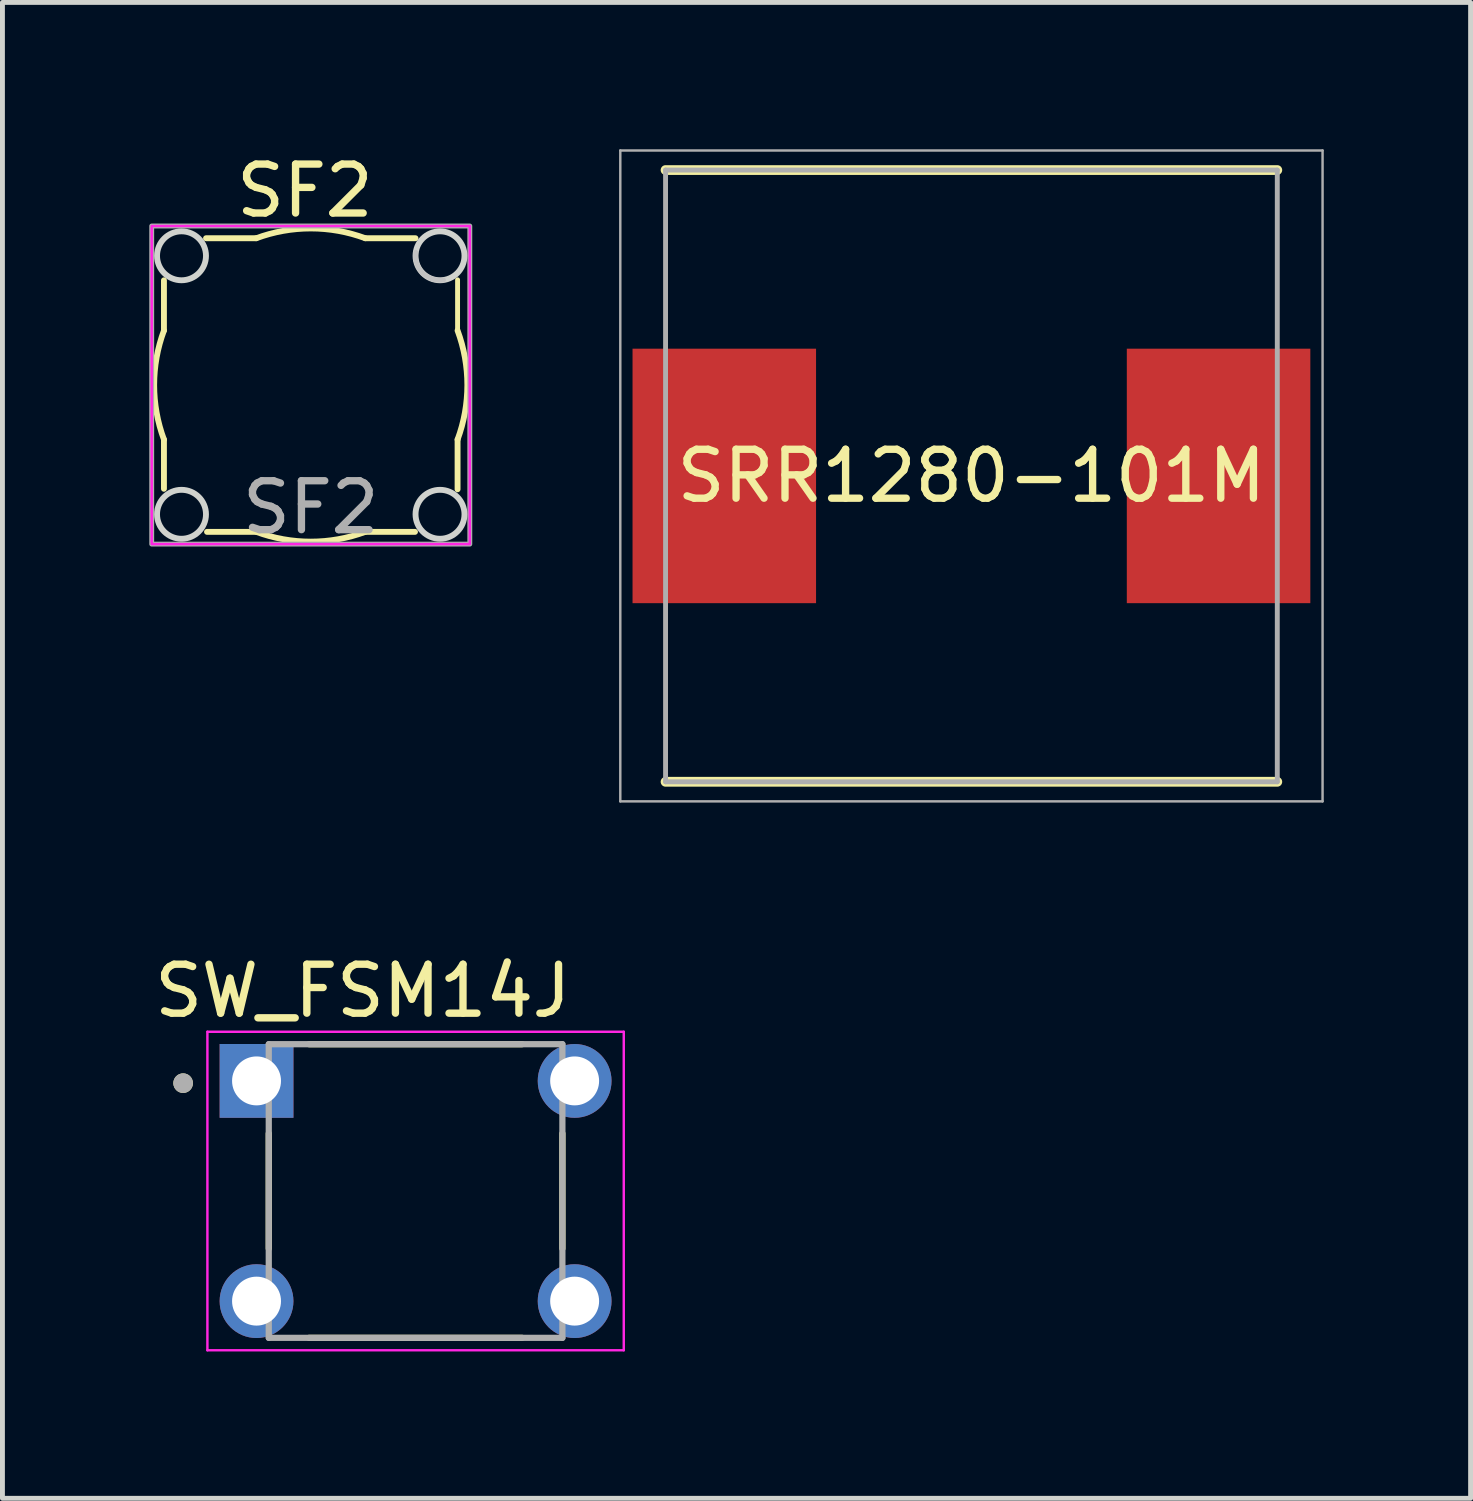
<source format=kicad_pcb>
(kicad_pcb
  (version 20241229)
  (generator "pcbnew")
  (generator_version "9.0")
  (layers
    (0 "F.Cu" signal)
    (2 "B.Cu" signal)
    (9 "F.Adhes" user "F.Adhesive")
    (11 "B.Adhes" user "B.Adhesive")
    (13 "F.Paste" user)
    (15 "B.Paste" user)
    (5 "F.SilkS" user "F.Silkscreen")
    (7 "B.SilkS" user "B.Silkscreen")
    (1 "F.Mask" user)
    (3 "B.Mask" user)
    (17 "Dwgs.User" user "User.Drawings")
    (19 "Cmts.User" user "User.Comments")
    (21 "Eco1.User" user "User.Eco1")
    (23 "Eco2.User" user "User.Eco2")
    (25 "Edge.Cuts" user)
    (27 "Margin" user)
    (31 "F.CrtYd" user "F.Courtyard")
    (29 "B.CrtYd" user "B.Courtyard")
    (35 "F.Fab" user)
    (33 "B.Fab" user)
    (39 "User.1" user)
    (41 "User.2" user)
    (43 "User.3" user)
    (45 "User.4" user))
  (footprint "SF2"
    (layer "F.Cu")
    (at 3.3 4.818)
    (property "Reference" "SF2" (at -0.12 -3.97 0) (unlocked yes) (layer "F.SilkS") (effects (font (size 1 1) (thickness 0.15))))
    (attr through_hole)
    (fp_line (start -3 -2.14) (end -3 -1.114) (stroke (width 0.12) (type solid)) (layer "F.SilkS"))
    (fp_line (start -3 1.114) (end -3 2.12) (stroke (width 0.12) (type solid)) (layer "F.SilkS"))
    (fp_line (start -2.12 3) (end -1.114 3) (stroke (width 0.12) (type solid)) (layer "F.SilkS"))
    (fp_line (start -1.114 -3) (end -2.14 -3) (stroke (width 0.12) (type solid)) (layer "F.SilkS"))
    (fp_line (start 1.114 3) (end 2.13 3) (stroke (width 0.12) (type solid)) (layer "F.SilkS"))
    (fp_line (start 2.14 -3) (end 1.114 -3) (stroke (width 0.12) (type solid)) (layer "F.SilkS"))
    (fp_line (start 3 -1.114) (end 3 -2.15) (stroke (width 0.1) (type solid)) (layer "F.SilkS"))
    (fp_line (start 3 2.13) (end 3 1.114) (stroke (width 0.12) (type solid)) (layer "F.SilkS"))
    (fp_arc (start -3 1.113553) (mid -3.199858 0) (end -3 -1.113553) (stroke (width 0.12) (type solid)) (layer "F.SilkS"))
    (fp_arc (start -1.113553 -3) (mid 0 -3.199858) (end 1.113553 -3) (stroke (width 0.12) (type solid)) (layer "F.SilkS"))
    (fp_arc (start 1.113553 3) (mid 0 3.199858) (end -1.113553 3) (stroke (width 0.12) (type solid)) (layer "F.SilkS"))
    (fp_arc (start 3 -1.113553) (mid 3.199858 0) (end 3 1.113553) (stroke (width 0.12) (type solid)) (layer "F.SilkS"))
    (fp_arc (start 2.712132 -2.146447) (mid 2.287868 -2.287868) (end 2.146447 -2.712132) (stroke (width 0.1) (type solid)) (layer "Dwgs.User"))
    (fp_circle (center -2.641 -2.641) (end -2.141 -2.641) (stroke (width 0.12) (type solid)) (fill no) (layer "Edge.Cuts"))
    (fp_circle (center -2.641 2.641) (end -2.141 2.641) (stroke (width 0.12) (type solid)) (fill no) (layer "Edge.Cuts"))
    (fp_circle (center 2.641 -2.641) (end 3.141 -2.641) (stroke (width 0.12) (type solid)) (fill no) (layer "Edge.Cuts"))
    (fp_circle (center 2.641 2.641) (end 3.141 2.641) (stroke (width 0.12) (type solid)) (fill no) (layer "Edge.Cuts"))
    (fp_rect (start -3.25 -3.25) (end 3.25 3.25) (stroke (width 0.05) (type solid)) (fill no) (layer "F.CrtYd"))
    (fp_rect (start -3.25 -3.25) (end 3.25 3.25) (stroke (width 0.1) (type solid)) (fill no) (layer "F.Fab"))
    (fp_text user "${REFERENCE}" (at 0 2.5 0) (unlocked yes) (layer "F.Fab") (effects (font (size 1 1) (thickness 0.15)))))
  (footprint "SW_FSM14J"
    (layer "F.Cu")
    (at 5.442 21.287)
    (property "Reference" "SW_FSM14J" (at -1.079 -4.089 0) (layer "F.SilkS") (effects (font (size 1 1) (thickness 0.15))))
    (attr through_hole)
    (fp_line (start -3 -1.176) (end -3 1.176) (stroke (width 0.127) (type solid)) (layer "F.SilkS"))
    (fp_line (start -2.176 -3) (end 2.176 -3) (stroke (width 0.127) (type solid)) (layer "F.SilkS"))
    (fp_line (start -2.176 3) (end 2.176 3) (stroke (width 0.127) (type solid)) (layer "F.SilkS"))
    (fp_line (start 3 -1.176) (end 3 1.176) (stroke (width 0.127) (type solid)) (layer "F.SilkS"))
    (fp_circle (center -4.75 -2.204) (end -4.65 -2.204) (stroke (width 0.2) (type solid)) (fill no) (layer "F.SilkS"))
    (fp_line (start -4.254 -3.254) (end -4.254 3.254) (stroke (width 0.05) (type solid)) (layer "F.CrtYd"))
    (fp_line (start -4.254 3.254) (end 4.254 3.254) (stroke (width 0.05) (type solid)) (layer "F.CrtYd"))
    (fp_line (start 4.254 -3.254) (end -4.254 -3.254) (stroke (width 0.05) (type solid)) (layer "F.CrtYd"))
    (fp_line (start 4.254 3.254) (end 4.254 -3.254) (stroke (width 0.05) (type solid)) (layer "F.CrtYd"))
    (fp_line (start -3 -3) (end -3 3) (stroke (width 0.127) (type solid)) (layer "F.Fab"))
    (fp_line (start -3 3) (end 3 3) (stroke (width 0.127) (type solid)) (layer "F.Fab"))
    (fp_line (start 3 -3) (end -3 -3) (stroke (width 0.127) (type solid)) (layer "F.Fab"))
    (fp_line (start 3 3) (end 3 -3) (stroke (width 0.127) (type solid)) (layer "F.Fab"))
    (fp_circle (center -4.75 -2.204) (end -4.65 -2.204) (stroke (width 0.2) (type solid)) (fill no) (layer "F.Fab"))
    (pad "1" thru_hole rect (at -3.25 -2.25) (size 1.508 1.508) (drill 1) (layers "*.Cu" "*.Mask"))
    (pad "2" thru_hole circle (at -3.25 2.25) (size 1.508 1.508) (drill 1) (layers "*.Cu" "*.Mask"))
    (pad "3" thru_hole circle (at 3.25 -2.25) (size 1.508 1.508) (drill 1) (layers "*.Cu" "*.Mask"))
    (pad "4" thru_hole circle (at 3.25 2.25) (size 1.508 1.508) (drill 1) (layers "*.Cu" "*.Mask")))
  (footprint "SRR1280-101M"
    (layer "F.Cu")
    (at 16.8 6.675)
    (property "Reference" "SRR1280-101M" (at 0 0 0) (layer "F.SilkS") (effects (font (size 1 1) (thickness 0.15))))
    (attr through_hole)
    (fp_line (start -6.25 6.25) (end 6.25 6.25) (stroke (width 0.2) (type solid)) (layer "F.SilkS"))
    (fp_line (start 6.25 -6.25) (end -6.25 -6.25) (stroke (width 0.2) (type solid)) (layer "F.SilkS"))
    (fp_line (start -7.175 -6.65) (end 7.175 -6.65) (stroke (width 0.05) (type solid)) (layer "F.Fab"))
    (fp_line (start -7.175 6.65) (end -7.175 -6.65) (stroke (width 0.05) (type solid)) (layer "F.Fab"))
    (fp_line (start -6.25 -6.25) (end 6.25 -6.25) (stroke (width 0.1) (type solid)) (layer "F.Fab"))
    (fp_line (start -6.25 6.25) (end -6.25 -6.25) (stroke (width 0.1) (type solid)) (layer "F.Fab"))
    (fp_line (start 6.25 -6.25) (end 6.25 6.25) (stroke (width 0.1) (type solid)) (layer "F.Fab"))
    (fp_line (start 6.25 6.25) (end -6.25 6.25) (stroke (width 0.1) (type solid)) (layer "F.Fab"))
    (fp_line (start 7.175 -6.65) (end 7.175 6.65) (stroke (width 0.05) (type solid)) (layer "F.Fab"))
    (fp_line (start 7.175 6.65) (end -7.175 6.65) (stroke (width 0.05) (type solid)) (layer "F.Fab"))
    (pad "1" smd rect (at -5.05 0 90) (size 5.2 3.75) (layers "F.Cu" "F.Mask" "F.Paste"))
    (pad "2" smd rect (at 5.05 0 90) (size 5.2 3.75) (layers "F.Cu" "F.Mask" "F.Paste")))
  (gr_rect
    (start -3 -3)
    (end 27 27.566)
    (stroke (width 0.1) (type default))
    (fill no)
    (layer "Edge.Cuts")))
</source>
